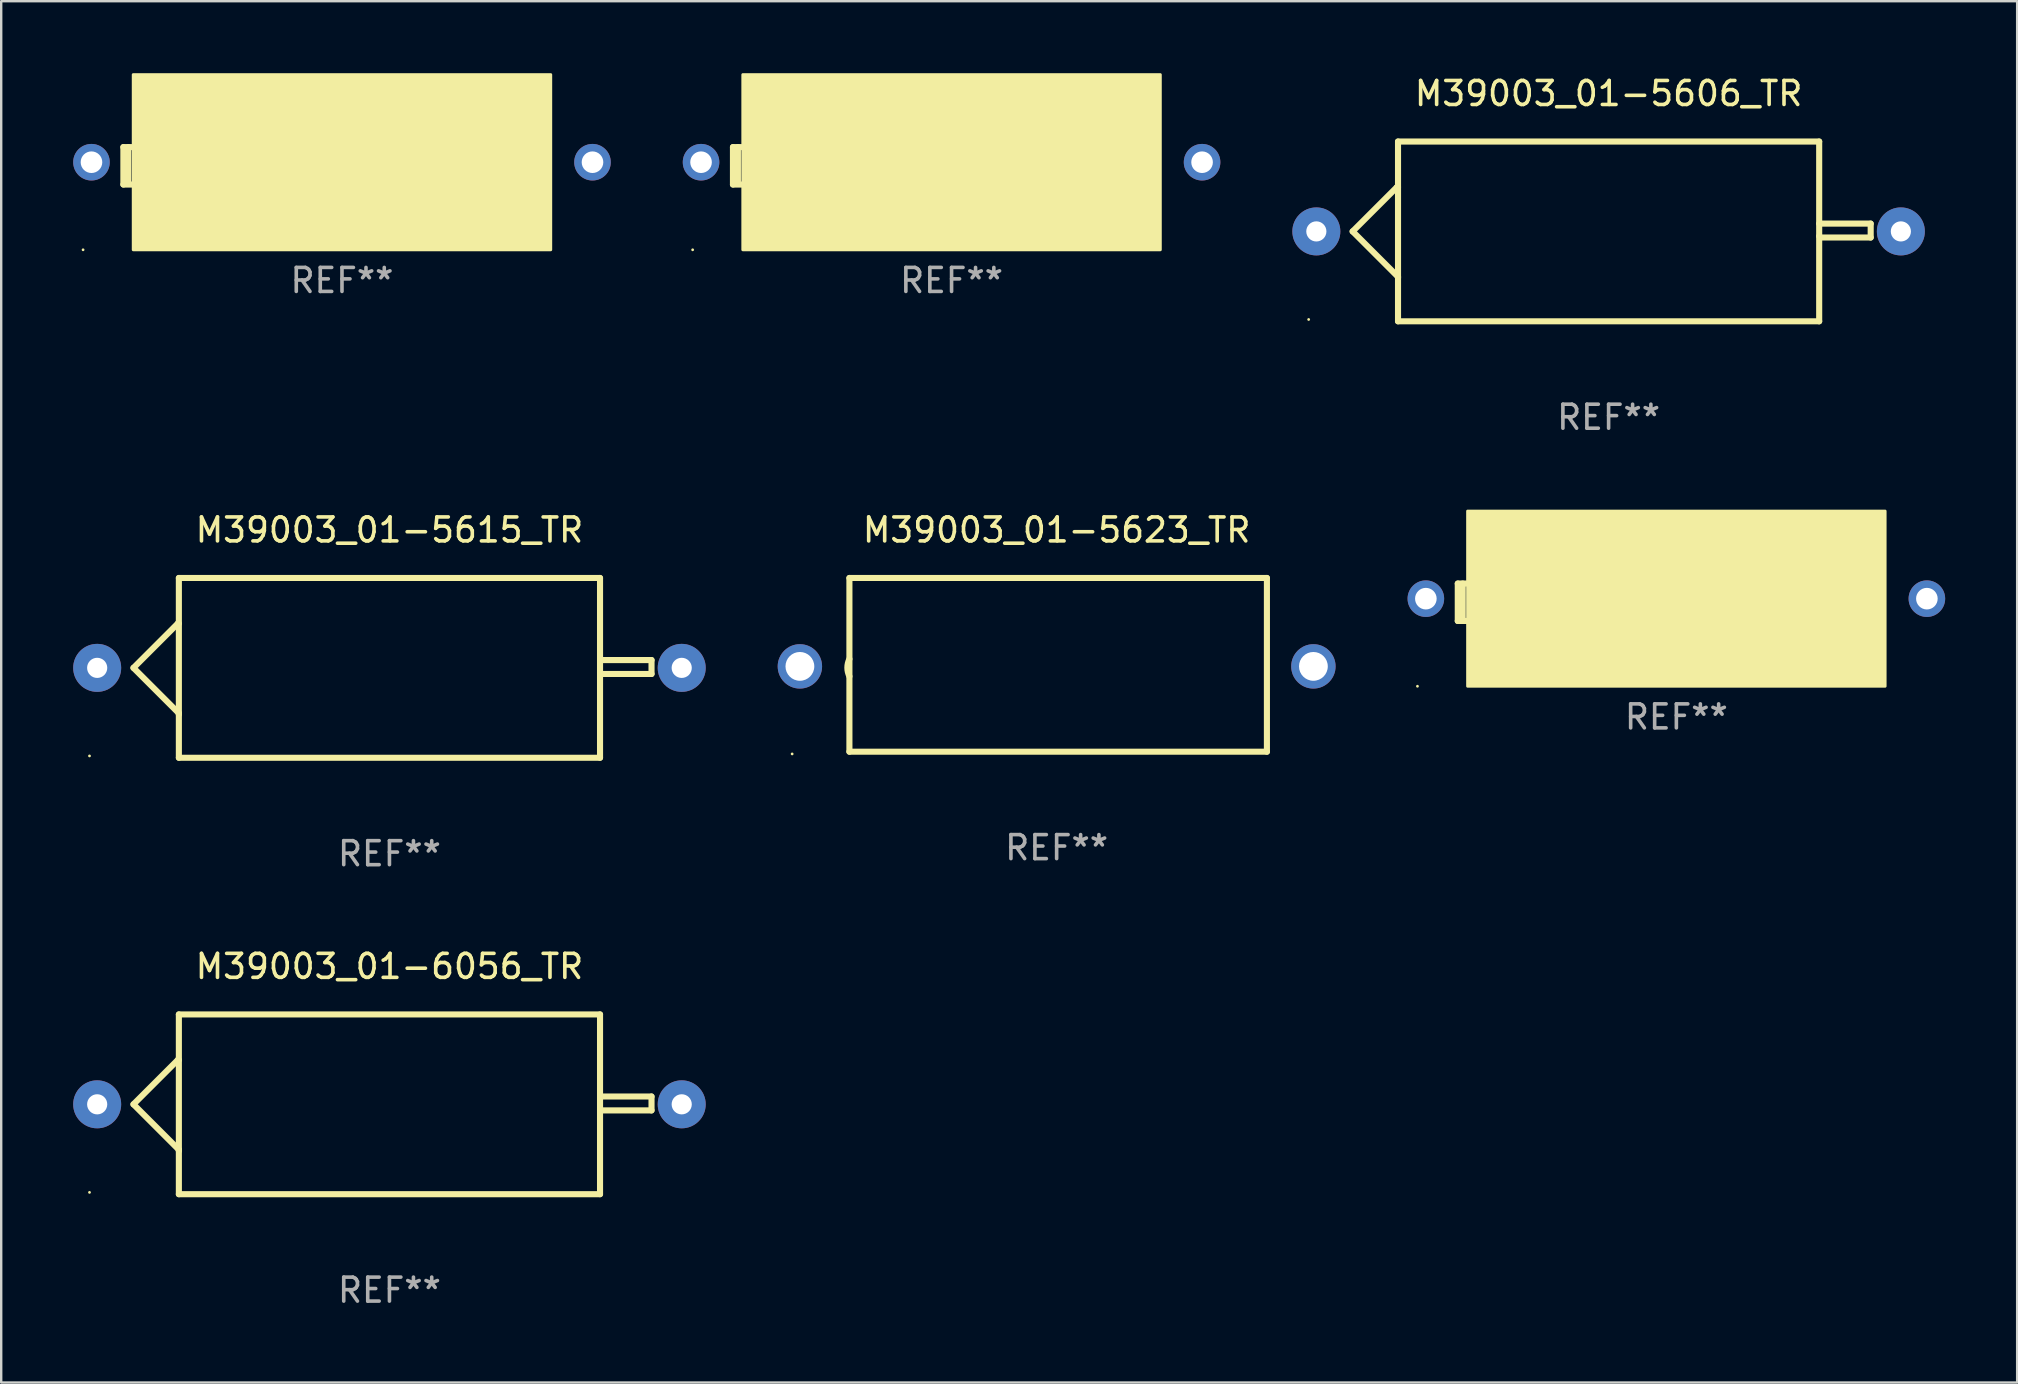
<source format=kicad_pcb>
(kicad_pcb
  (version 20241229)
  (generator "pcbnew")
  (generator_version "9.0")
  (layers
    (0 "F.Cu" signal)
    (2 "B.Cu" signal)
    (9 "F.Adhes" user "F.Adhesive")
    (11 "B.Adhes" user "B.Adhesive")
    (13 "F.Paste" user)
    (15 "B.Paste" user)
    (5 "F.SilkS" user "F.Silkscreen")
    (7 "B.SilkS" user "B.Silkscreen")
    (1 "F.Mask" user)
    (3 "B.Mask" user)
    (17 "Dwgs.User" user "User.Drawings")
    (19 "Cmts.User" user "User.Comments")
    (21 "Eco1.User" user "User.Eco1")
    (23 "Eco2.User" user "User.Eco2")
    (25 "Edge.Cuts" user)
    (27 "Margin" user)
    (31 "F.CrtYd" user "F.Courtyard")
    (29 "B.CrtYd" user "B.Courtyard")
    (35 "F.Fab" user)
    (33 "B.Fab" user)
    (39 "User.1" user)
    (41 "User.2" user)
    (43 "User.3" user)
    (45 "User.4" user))
  (footprint "M39003_01-5623_TR"
    (layer "F.Cu")
    (at 40.985 24.657)
    (property "Reference" "M39003_01-5623_TR" (at 0 -5.62 0) (layer "F.SilkS") (effects (font (size 1 1) (thickness 0.15))))
    (attr through_hole)
    (fp_line (start -8.636 -3.62) (end -8.636 3.62) (stroke (width 0.254) (type solid)) (layer "F.SilkS"))
    (fp_line (start -8.636 3.62) (end 8.763 3.62) (stroke (width 0.254) (type solid)) (layer "F.SilkS"))
    (fp_line (start 8.763 -3.62) (end -8.636 -3.62) (stroke (width 0.254) (type solid)) (layer "F.SilkS"))
    (fp_line (start 8.763 3.62) (end 8.763 -3.62) (stroke (width 0.254) (type solid)) (layer "F.SilkS"))
    (fp_arc (start -8.636017 0.480061) (mid -8.72152 0.117869) (end -8.636017 -0.244323) (stroke (width 0.254001) (type solid)) (layer "F.SilkS"))
    (fp_circle (center -11.023 3.713) (end -10.993 3.713) (stroke (width 0.06) (type solid)) (fill no) (layer "F.SilkS"))
    (fp_text user "REF**" (at 0 7.62 0) (layer "F.Fab") (effects (font (size 1 1) (thickness 0.15))))
    (pad "1" thru_hole circle (at -10.7 0.064) (size 1.85 1.85) (drill 1.2) (layers "*.Cu" "*.Mask"))
    (pad "2" thru_hole circle (at 10.7 0.064) (size 1.85 1.85) (drill 1.2) (layers "*.Cu" "*.Mask")))
  (footprint "M39003_01-5489_TR"
    (layer "F.Cu")
    (at 11.202 3.86)
    (property "Reference" "M39003_01-5489_TR" (at 0 -2.78 0) (layer "F.SilkS") (effects (font (size 1 1) (thickness 0.15))))
    (attr through_hole)
    (fp_line (start -9.11 -0.78) (end -9.11 0.78) (stroke (width 0.254) (type solid)) (layer "F.SilkS"))
    (fp_line (start -9.11 0.78) (end -8.74 0.78) (stroke (width 0.254) (type solid)) (layer "F.SilkS"))
    (fp_line (start -8.904 -0.78) (end -8.904 0.65) (stroke (width 0.254) (type solid)) (layer "F.SilkS"))
    (fp_line (start -8.76 -0.78) (end -9.11 -0.78) (stroke (width 0.254) (type solid)) (layer "F.SilkS"))
    (fp_circle (center -10.79 3.5) (end -10.76 3.5) (stroke (width 0.06) (type solid)) (fill no) (layer "F.SilkS"))
    (fp_poly (pts (xy -8.7 -3.8) (xy 8.7 -3.8) (xy 8.7 3.5) (xy -8.7 3.5)) (stroke (width 0.12) (type solid)) (fill yes) (layer "F.SilkS"))
    (fp_text user "REF**" (at 0 4.78 0) (layer "F.Fab") (effects (font (size 1 1) (thickness 0.15))))
    (pad "1" thru_hole circle (at -10.44 -0.15) (size 1.524 1.524) (drill 0.9) (layers "*.Cu" "*.Mask"))
    (pad "2" thru_hole circle (at 10.44 -0.15) (size 1.524 1.524) (drill 0.9) (layers "*.Cu" "*.Mask")))
  (footprint "M39003_01-5606_TR"
    (layer "F.Cu")
    (at 63.988 6.594)
    (property "Reference" "M39003_01-5606_TR" (at 0 -5.746 0) (layer "F.SilkS") (effects (font (size 1 1) (thickness 0.15))))
    (attr through_hole)
    (fp_line (start -10.668 0) (end -8.776 1.892) (stroke (width 0.254) (type solid)) (layer "F.SilkS"))
    (fp_line (start -8.821 -1.847) (end -10.668 0) (stroke (width 0.254) (type solid)) (layer "F.SilkS"))
    (fp_line (start -8.776 -1.847) (end -8.821 -1.847) (stroke (width 0.254) (type solid)) (layer "F.SilkS"))
    (fp_line (start -8.776 1.892) (end -8.776 1.943) (stroke (width 0.254) (type solid)) (layer "F.SilkS"))
    (fp_line (start -8.776 -3.746) (end 8.776 -3.746) (stroke (width 0.254) (type solid)) (layer "F.SilkS"))
    (fp_line (start -8.776 3.746) (end -8.776 -3.746) (stroke (width 0.254) (type solid)) (layer "F.SilkS"))
    (fp_line (start 8.776 -3.746) (end 8.776 3.746) (stroke (width 0.254) (type solid)) (layer "F.SilkS"))
    (fp_line (start 8.776 -0.325) (end 10.922 -0.325) (stroke (width 0.254) (type solid)) (layer "F.SilkS"))
    (fp_line (start 8.776 3.746) (end -8.776 3.746) (stroke (width 0.254) (type solid)) (layer "F.SilkS"))
    (fp_line (start 8.831 0.254) (end 8.776 0.199) (stroke (width 0.254) (type solid)) (layer "F.SilkS"))
    (fp_line (start 10.922 -0.325) (end 10.922 0.254) (stroke (width 0.254) (type solid)) (layer "F.SilkS"))
    (fp_line (start 10.922 0.254) (end 8.831 0.254) (stroke (width 0.254) (type solid)) (layer "F.SilkS"))
    (fp_circle (center -12.5 3.67) (end -12.47 3.67) (stroke (width 0.06) (type solid)) (fill no) (layer "F.SilkS"))
    (fp_text user "+" (at -8.323 0.924 0) (layer "B.Mask") (effects (font (size 1 1) (thickness 0.15))))
    (fp_text user "REF**" (at 0 7.746 0) (layer "F.Fab") (effects (font (size 1 1) (thickness 0.15))))
    (pad "1" thru_hole circle (at -12.18 0) (size 2 2) (drill 0.84) (layers "*.Cu" "*.Mask"))
    (pad "2" thru_hole circle (at 12.18 0) (size 2 2) (drill 0.84) (layers "*.Cu" "*.Mask")))
  (footprint "M39003_01-6013_TR"
    (layer "F.Cu")
    (at 66.812 22.049)
    (property "Reference" "M39003_01-6013_TR" (at 0 -2.78 0) (layer "F.SilkS") (effects (font (size 1 1) (thickness 0.15))))
    (attr through_hole)
    (fp_line (start -9.11 -0.78) (end -9.11 0.78) (stroke (width 0.254) (type solid)) (layer "F.SilkS"))
    (fp_line (start -9.11 0.78) (end -8.74 0.78) (stroke (width 0.254) (type solid)) (layer "F.SilkS"))
    (fp_line (start -8.904 -0.78) (end -8.904 0.65) (stroke (width 0.254) (type solid)) (layer "F.SilkS"))
    (fp_line (start -8.76 -0.78) (end -9.11 -0.78) (stroke (width 0.254) (type solid)) (layer "F.SilkS"))
    (fp_circle (center -10.79 3.5) (end -10.76 3.5) (stroke (width 0.06) (type solid)) (fill no) (layer "F.SilkS"))
    (fp_poly (pts (xy -8.7 -3.8) (xy 8.7 -3.8) (xy 8.7 3.5) (xy -8.7 3.5)) (stroke (width 0.12) (type solid)) (fill yes) (layer "F.SilkS"))
    (fp_text user "REF**" (at 0 4.78 0) (layer "F.Fab") (effects (font (size 1 1) (thickness 0.15))))
    (pad "1" thru_hole circle (at -10.44 -0.15) (size 1.524 1.524) (drill 0.9) (layers "*.Cu" "*.Mask"))
    (pad "2" thru_hole circle (at 10.44 -0.15) (size 1.524 1.524) (drill 0.9) (layers "*.Cu" "*.Mask")))
  (footprint "M39003_01-5615_TR"
    (layer "F.Cu")
    (at 13.18 24.783)
    (property "Reference" "M39003_01-5615_TR" (at 0 -5.746 0) (layer "F.SilkS") (effects (font (size 1 1) (thickness 0.15))))
    (attr through_hole)
    (fp_line (start -10.668 0) (end -8.776 1.892) (stroke (width 0.254) (type solid)) (layer "F.SilkS"))
    (fp_line (start -8.821 -1.847) (end -10.668 0) (stroke (width 0.254) (type solid)) (layer "F.SilkS"))
    (fp_line (start -8.776 -1.847) (end -8.821 -1.847) (stroke (width 0.254) (type solid)) (layer "F.SilkS"))
    (fp_line (start -8.776 1.892) (end -8.776 1.943) (stroke (width 0.254) (type solid)) (layer "F.SilkS"))
    (fp_line (start -8.776 -3.746) (end 8.776 -3.746) (stroke (width 0.254) (type solid)) (layer "F.SilkS"))
    (fp_line (start -8.776 3.746) (end -8.776 -3.746) (stroke (width 0.254) (type solid)) (layer "F.SilkS"))
    (fp_line (start 8.776 -3.746) (end 8.776 3.746) (stroke (width 0.254) (type solid)) (layer "F.SilkS"))
    (fp_line (start 8.776 -0.325) (end 10.922 -0.325) (stroke (width 0.254) (type solid)) (layer "F.SilkS"))
    (fp_line (start 8.776 3.746) (end -8.776 3.746) (stroke (width 0.254) (type solid)) (layer "F.SilkS"))
    (fp_line (start 8.831 0.254) (end 8.776 0.199) (stroke (width 0.254) (type solid)) (layer "F.SilkS"))
    (fp_line (start 10.922 -0.325) (end 10.922 0.254) (stroke (width 0.254) (type solid)) (layer "F.SilkS"))
    (fp_line (start 10.922 0.254) (end 8.831 0.254) (stroke (width 0.254) (type solid)) (layer "F.SilkS"))
    (fp_circle (center -12.5 3.67) (end -12.47 3.67) (stroke (width 0.06) (type solid)) (fill no) (layer "F.SilkS"))
    (fp_text user "+" (at -8.323 0.924 0) (layer "B.Mask") (effects (font (size 1 1) (thickness 0.15))))
    (fp_text user "REF**" (at 0 7.746 0) (layer "F.Fab") (effects (font (size 1 1) (thickness 0.15))))
    (pad "1" thru_hole circle (at -12.18 0) (size 2 2) (drill 0.84) (layers "*.Cu" "*.Mask"))
    (pad "2" thru_hole circle (at 12.18 0) (size 2 2) (drill 0.84) (layers "*.Cu" "*.Mask")))
  (footprint "M39003_01-5513_TR"
    (layer "F.Cu")
    (at 36.606 3.86)
    (property "Reference" "M39003_01-5513_TR" (at 0 -2.78 0) (layer "F.SilkS") (effects (font (size 1 1) (thickness 0.15))))
    (attr through_hole)
    (fp_line (start -9.11 -0.78) (end -9.11 0.78) (stroke (width 0.254) (type solid)) (layer "F.SilkS"))
    (fp_line (start -9.11 0.78) (end -8.74 0.78) (stroke (width 0.254) (type solid)) (layer "F.SilkS"))
    (fp_line (start -8.904 -0.78) (end -8.904 0.65) (stroke (width 0.254) (type solid)) (layer "F.SilkS"))
    (fp_line (start -8.76 -0.78) (end -9.11 -0.78) (stroke (width 0.254) (type solid)) (layer "F.SilkS"))
    (fp_circle (center -10.79 3.5) (end -10.76 3.5) (stroke (width 0.06) (type solid)) (fill no) (layer "F.SilkS"))
    (fp_poly (pts (xy -8.7 -3.8) (xy 8.7 -3.8) (xy 8.7 3.5) (xy -8.7 3.5)) (stroke (width 0.12) (type solid)) (fill yes) (layer "F.SilkS"))
    (fp_text user "REF**" (at 0 4.78 0) (layer "F.Fab") (effects (font (size 1 1) (thickness 0.15))))
    (pad "1" thru_hole circle (at -10.44 -0.15) (size 1.524 1.524) (drill 0.9) (layers "*.Cu" "*.Mask"))
    (pad "2" thru_hole circle (at 10.44 -0.15) (size 1.524 1.524) (drill 0.9) (layers "*.Cu" "*.Mask")))
  (footprint "M39003_01-6056_TR"
    (layer "F.Cu")
    (at 13.18 42.972)
    (property "Reference" "M39003_01-6056_TR" (at 0 -5.746 0) (layer "F.SilkS") (effects (font (size 1 1) (thickness 0.15))))
    (attr through_hole)
    (fp_line (start -10.668 0) (end -8.776 1.892) (stroke (width 0.254) (type solid)) (layer "F.SilkS"))
    (fp_line (start -8.821 -1.847) (end -10.668 0) (stroke (width 0.254) (type solid)) (layer "F.SilkS"))
    (fp_line (start -8.776 -1.847) (end -8.821 -1.847) (stroke (width 0.254) (type solid)) (layer "F.SilkS"))
    (fp_line (start -8.776 1.892) (end -8.776 1.943) (stroke (width 0.254) (type solid)) (layer "F.SilkS"))
    (fp_line (start -8.776 -3.746) (end 8.776 -3.746) (stroke (width 0.254) (type solid)) (layer "F.SilkS"))
    (fp_line (start -8.776 3.746) (end -8.776 -3.746) (stroke (width 0.254) (type solid)) (layer "F.SilkS"))
    (fp_line (start 8.776 -3.746) (end 8.776 3.746) (stroke (width 0.254) (type solid)) (layer "F.SilkS"))
    (fp_line (start 8.776 -0.325) (end 10.922 -0.325) (stroke (width 0.254) (type solid)) (layer "F.SilkS"))
    (fp_line (start 8.776 3.746) (end -8.776 3.746) (stroke (width 0.254) (type solid)) (layer "F.SilkS"))
    (fp_line (start 8.831 0.254) (end 8.776 0.199) (stroke (width 0.254) (type solid)) (layer "F.SilkS"))
    (fp_line (start 10.922 -0.325) (end 10.922 0.254) (stroke (width 0.254) (type solid)) (layer "F.SilkS"))
    (fp_line (start 10.922 0.254) (end 8.831 0.254) (stroke (width 0.254) (type solid)) (layer "F.SilkS"))
    (fp_circle (center -12.5 3.67) (end -12.47 3.67) (stroke (width 0.06) (type solid)) (fill no) (layer "F.SilkS"))
    (fp_text user "+" (at -8.323 0.924 0) (layer "B.Mask") (effects (font (size 1 1) (thickness 0.15))))
    (fp_text user "REF**" (at 0 7.746 0) (layer "F.Fab") (effects (font (size 1 1) (thickness 0.15))))
    (pad "1" thru_hole circle (at -12.18 0) (size 2 2) (drill 0.84) (layers "*.Cu" "*.Mask"))
    (pad "2" thru_hole circle (at 12.18 0) (size 2 2) (drill 0.84) (layers "*.Cu" "*.Mask")))
  (gr_rect
    (start -3 -3)
    (end 81.014 54.567)
    (stroke (width 0.1) (type default))
    (fill no)
    (layer "Edge.Cuts")))
</source>
